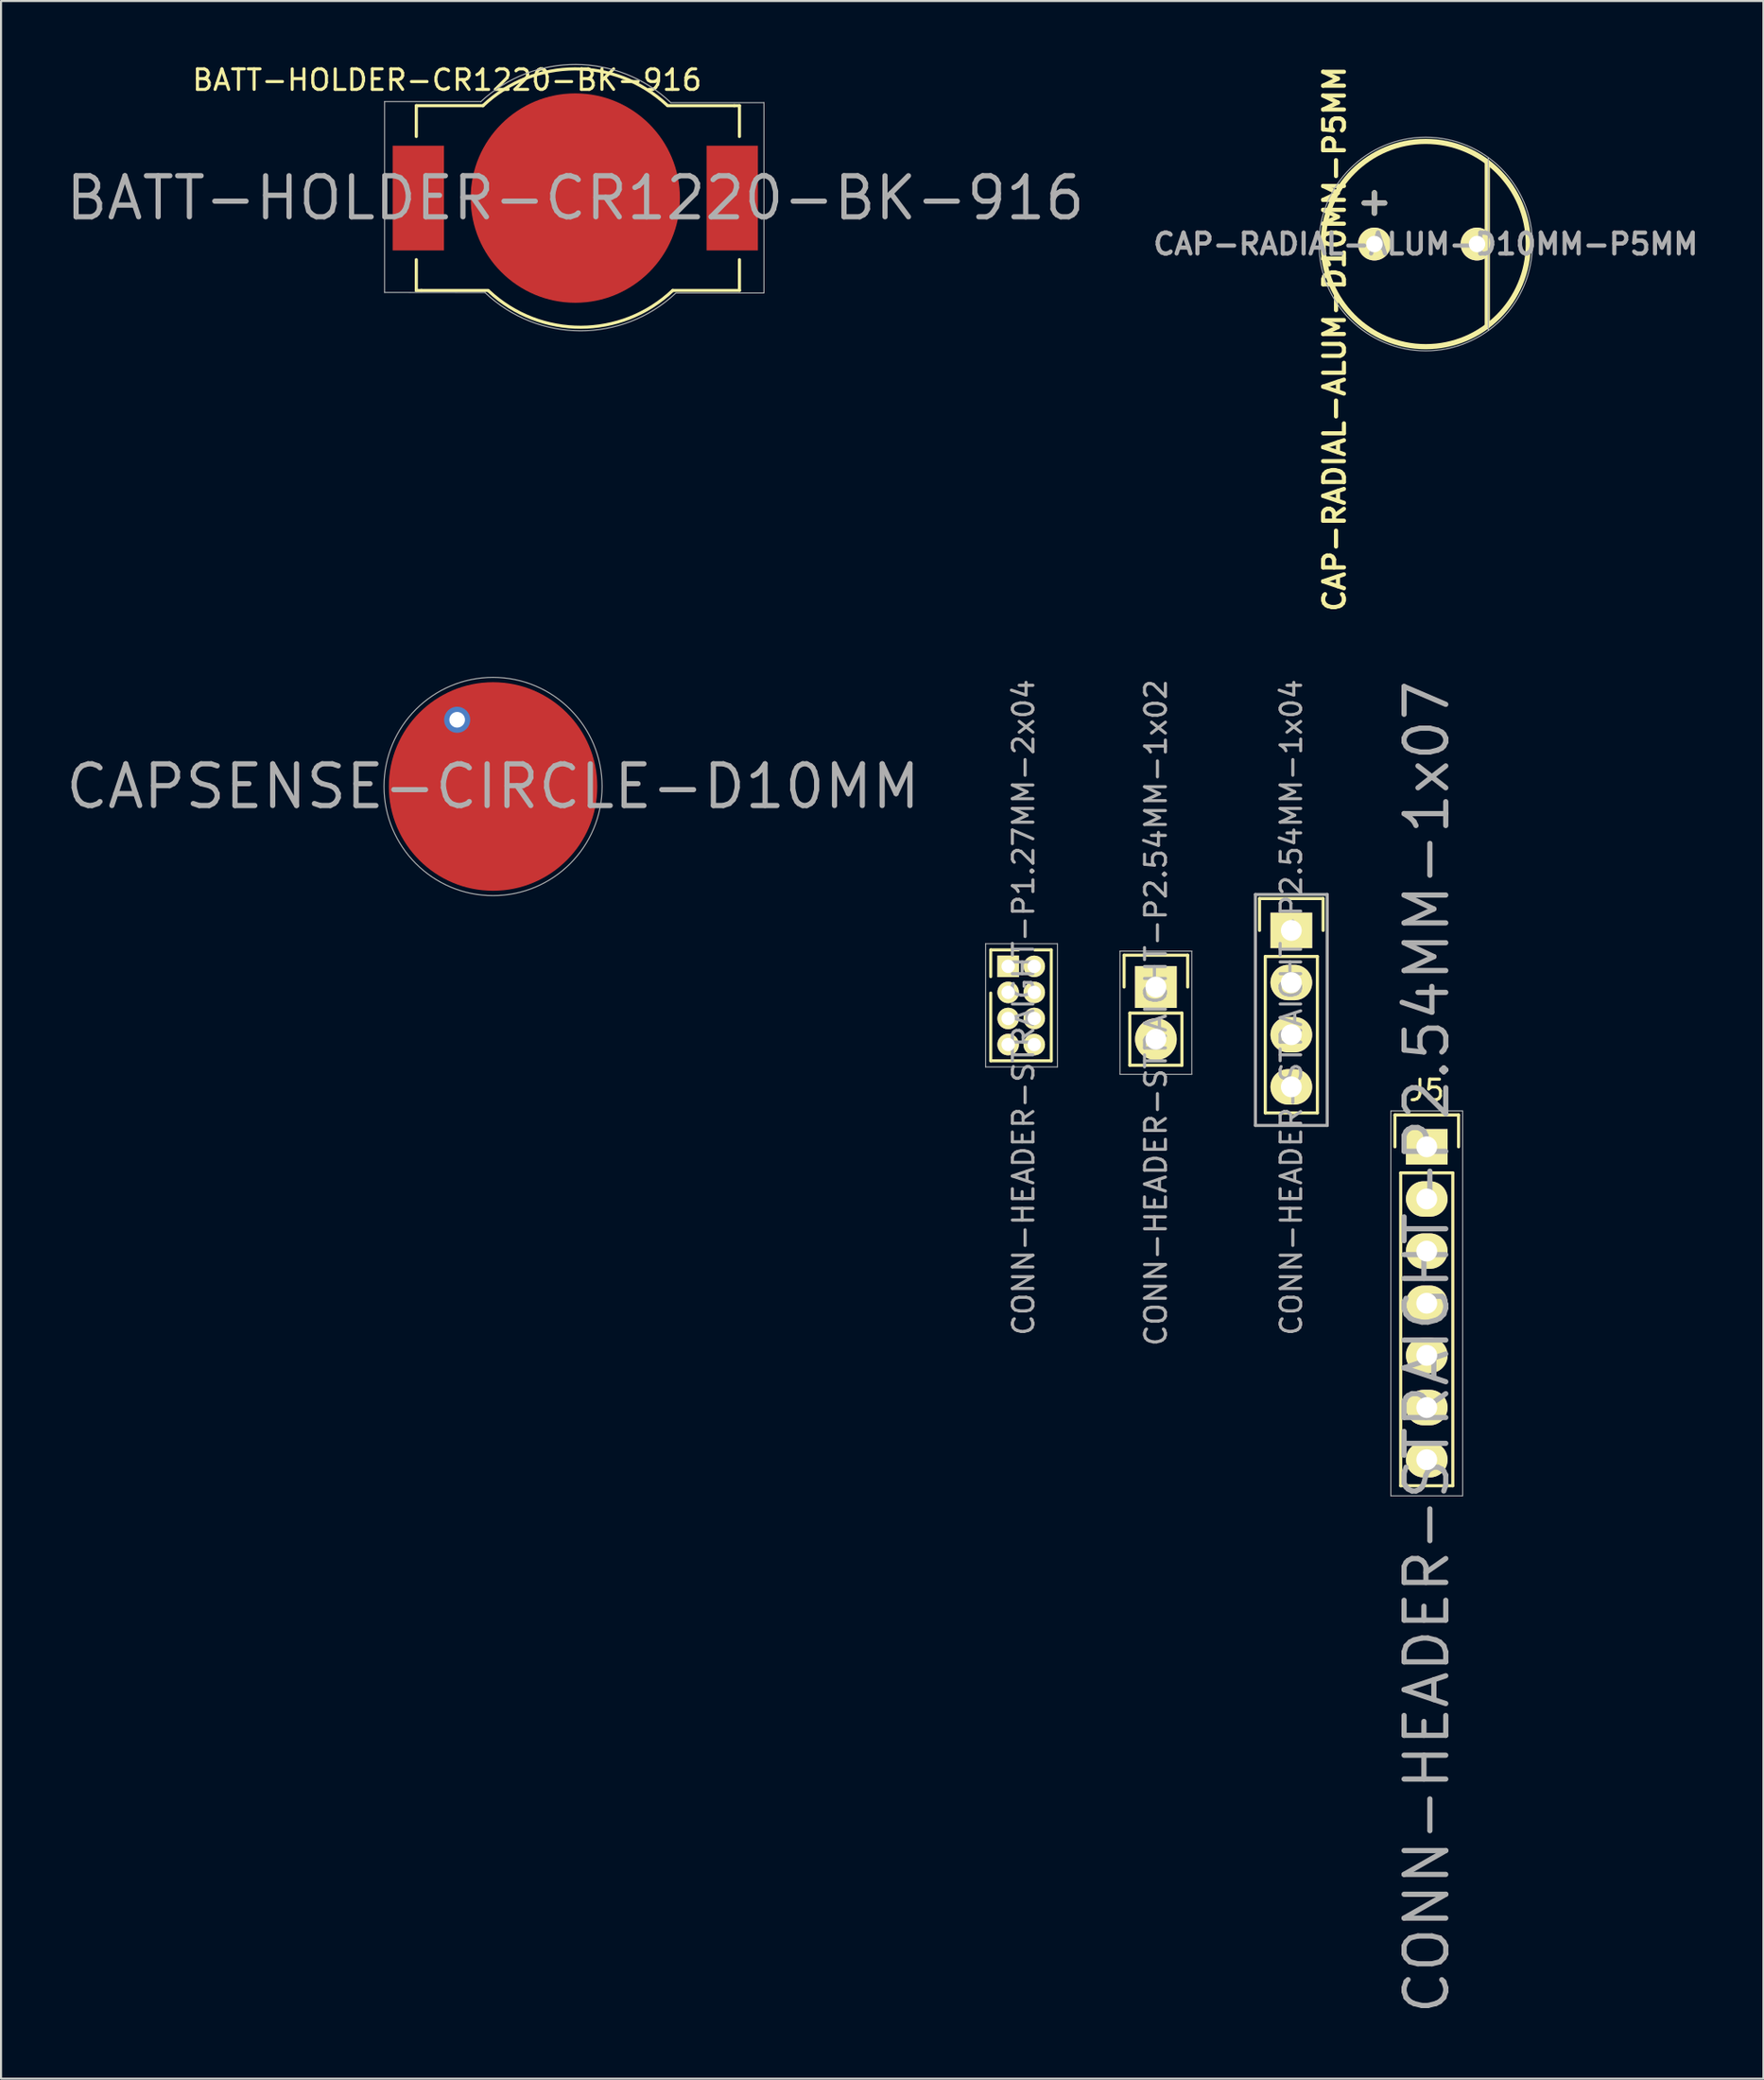
<source format=kicad_pcb>
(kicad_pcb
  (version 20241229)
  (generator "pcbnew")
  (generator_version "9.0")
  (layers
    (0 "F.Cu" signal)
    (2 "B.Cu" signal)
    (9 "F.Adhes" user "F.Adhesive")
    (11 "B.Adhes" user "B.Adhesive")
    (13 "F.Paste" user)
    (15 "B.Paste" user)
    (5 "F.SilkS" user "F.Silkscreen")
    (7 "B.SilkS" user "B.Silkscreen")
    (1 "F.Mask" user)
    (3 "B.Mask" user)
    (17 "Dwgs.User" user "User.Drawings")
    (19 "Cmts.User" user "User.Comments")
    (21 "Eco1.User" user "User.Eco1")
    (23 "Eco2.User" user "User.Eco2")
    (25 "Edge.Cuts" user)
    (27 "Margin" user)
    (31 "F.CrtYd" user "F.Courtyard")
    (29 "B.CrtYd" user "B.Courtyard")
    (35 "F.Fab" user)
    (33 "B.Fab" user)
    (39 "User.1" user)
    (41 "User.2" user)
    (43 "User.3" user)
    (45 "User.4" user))
  (footprint "CAPSENSE-CIRCLE-D10MM"
    (layer "F.Cu")
    (at 20.982 35.26)
    (property "Reference" "CAPSENSE-CIRCLE-D10MM" (at 0 0 0) (layer "F.Fab") (effects (font (size 2.032 2.032) (thickness 0.254))))
    (attr through_hole)
    (fp_circle (center 0 0) (end 4 3.5) (stroke (width 0.051) (type solid)) (fill no) (layer "F.Fab"))
    (pad "1" smd circle (at 0 0) (size 10.16 10.16) (layers "F.Cu"))
    (pad "2" thru_hole circle (at -1.75 -3.25) (size 1.27 1.27) (drill 0.762) (layers "*.Cu")))
  (footprint "CONN-HEADER-STRAIGHT-P1.27MM-2x04"
    (layer "F.Cu")
    (at 46.089 44.02)
    (property "Reference" "CONN-HEADER-STRAIGHT-P1.27MM-2x04" (at 0.75 2 90) (layer "F.Fab") (effects (font (size 1 1) (thickness 0.15))))
    (attr through_hole)
    (fp_line (start -0.85 -0.8) (end -0.85 0.5) (stroke (width 0.15) (type solid)) (layer "F.SilkS"))
    (fp_line (start -0.85 4.6) (end -0.85 1.3) (stroke (width 0.15) (type solid)) (layer "F.SilkS"))
    (fp_line (start 0.5 -0.8) (end -0.85 -0.8) (stroke (width 0.15) (type solid)) (layer "F.SilkS"))
    (fp_line (start 2.1 -0.8) (end 1.3 -0.8) (stroke (width 0.15) (type solid)) (layer "F.SilkS"))
    (fp_line (start 2.1 4.6) (end -0.85 4.6) (stroke (width 0.15) (type solid)) (layer "F.SilkS"))
    (fp_line (start 2.1 4.6) (end 2.1 -0.8) (stroke (width 0.15) (type solid)) (layer "F.SilkS"))
    (fp_line (start -1.1 -1.1) (end -1.1 4.9) (stroke (width 0.051) (type solid)) (layer "F.Fab"))
    (fp_line (start -1.1 4.9) (end 2.4 4.9) (stroke (width 0.051) (type solid)) (layer "F.Fab"))
    (fp_line (start 2.4 -1.1) (end -1.1 -1.1) (stroke (width 0.051) (type solid)) (layer "F.Fab"))
    (fp_line (start 2.4 4.9) (end 2.4 -1.1) (stroke (width 0.051) (type solid)) (layer "F.Fab"))
    (pad "1" thru_hole rect (at 0 0) (size 1.05 1.05) (drill 0.65) (layers "*.Cu" "*.Mask" "F.SilkS"))
    (pad "2" thru_hole circle (at 1.27 0) (size 1.05 1.05) (drill 0.65) (layers "*.Cu" "*.Mask" "F.SilkS"))
    (pad "3" thru_hole circle (at 0 1.27) (size 1.05 1.05) (drill 0.65) (layers "*.Cu" "*.Mask" "F.SilkS"))
    (pad "4" thru_hole circle (at 1.27 1.27) (size 1.05 1.05) (drill 0.65) (layers "*.Cu" "*.Mask" "F.SilkS"))
    (pad "5" thru_hole circle (at 0 2.54) (size 1.05 1.05) (drill 0.65) (layers "*.Cu" "*.Mask" "F.SilkS"))
    (pad "6" thru_hole circle (at 1.27 2.54) (size 1.05 1.05) (drill 0.65) (layers "*.Cu" "*.Mask" "F.SilkS"))
    (pad "7" thru_hole circle (at 0 3.81) (size 1.05 1.05) (drill 0.65) (layers "*.Cu" "*.Mask" "F.SilkS"))
    (pad "8" thru_hole circle (at 1.27 3.81) (size 1.05 1.05) (drill 0.65) (layers "*.Cu" "*.Mask" "F.SilkS")))
  (footprint "CONN-HEADER-STRAIGHT-P2.54MM-1x04"
    (layer "F.Cu")
    (at 59.89 42.27)
    (property "Reference" "CONN-HEADER-STRAIGHT-P2.54MM-1x04" (at 0 3.75 90) (layer "F.Fab") (effects (font (size 1 1) (thickness 0.15))))
    (attr through_hole)
    (fp_line (start -1.55 -1.55) (end 1.55 -1.55) (stroke (width 0.15) (type solid)) (layer "F.SilkS"))
    (fp_line (start -1.55 0) (end -1.55 -1.55) (stroke (width 0.15) (type solid)) (layer "F.SilkS"))
    (fp_line (start -1.27 1.27) (end -1.27 8.89) (stroke (width 0.15) (type solid)) (layer "F.SilkS"))
    (fp_line (start -1.27 8.89) (end 1.27 8.89) (stroke (width 0.15) (type solid)) (layer "F.SilkS"))
    (fp_line (start 1.27 1.27) (end -1.27 1.27) (stroke (width 0.15) (type solid)) (layer "F.SilkS"))
    (fp_line (start 1.27 1.27) (end 1.27 8.89) (stroke (width 0.15) (type solid)) (layer "F.SilkS"))
    (fp_line (start 1.55 -1.55) (end 1.55 0) (stroke (width 0.15) (type solid)) (layer "F.SilkS"))
    (fp_line (start -1.75 -1.75) (end 1.75 -1.75) (stroke (width 0.152) (type solid)) (layer "F.Fab"))
    (fp_line (start -1.75 9.5) (end -1.75 -1.75) (stroke (width 0.152) (type solid)) (layer "F.Fab"))
    (fp_line (start 1.75 -1.75) (end 1.75 9.5) (stroke (width 0.152) (type solid)) (layer "F.Fab"))
    (fp_line (start 1.75 9.5) (end -1.75 9.5) (stroke (width 0.152) (type solid)) (layer "F.Fab"))
    (pad "1" thru_hole rect (at 0 0) (size 2.032 1.727) (drill 1.016) (layers "*.Cu" "*.Mask" "F.SilkS"))
    (pad "2" thru_hole oval (at 0 2.54) (size 2.032 1.727) (drill 1.016) (layers "*.Cu" "*.Mask" "F.SilkS"))
    (pad "3" thru_hole oval (at 0 5.08) (size 2.032 1.727) (drill 1.016) (layers "*.Cu" "*.Mask" "F.SilkS"))
    (pad "4" thru_hole oval (at 0 7.62) (size 2.032 1.727) (drill 1.016) (layers "*.Cu" "*.Mask" "F.SilkS")))
  (footprint "CONN-HEADER-STRAIGHT-P2.54MM-1x02"
    (layer "F.Cu")
    (at 53.289 45.028)
    (property "Reference" "CONN-HEADER-STRAIGHT-P2.54MM-1x02" (at 0 1.25 90) (layer "F.Fab") (effects (font (size 1.016 1.016) (thickness 0.152))))
    (attr through_hole)
    (fp_line (start -1.55 -1.55) (end 1.55 -1.55) (stroke (width 0.15) (type solid)) (layer "F.SilkS"))
    (fp_line (start -1.55 0) (end -1.55 -1.55) (stroke (width 0.15) (type solid)) (layer "F.SilkS"))
    (fp_line (start -1.27 1.27) (end -1.27 3.81) (stroke (width 0.15) (type solid)) (layer "F.SilkS"))
    (fp_line (start -1.27 3.81) (end 1.27 3.81) (stroke (width 0.15) (type solid)) (layer "F.SilkS"))
    (fp_line (start 1.27 1.27) (end -1.27 1.27) (stroke (width 0.15) (type solid)) (layer "F.SilkS"))
    (fp_line (start 1.27 1.27) (end 1.27 3.81) (stroke (width 0.15) (type solid)) (layer "F.SilkS"))
    (fp_line (start 1.55 -1.55) (end 1.55 0) (stroke (width 0.15) (type solid)) (layer "F.SilkS"))
    (fp_line (start -1.75 -1.75) (end -1.75 4.25) (stroke (width 0.05) (type solid)) (layer "F.Fab"))
    (fp_line (start 1.75 -1.75) (end -1.75 -1.75) (stroke (width 0.05) (type solid)) (layer "F.Fab"))
    (fp_line (start 1.75 4.25) (end -1.75 4.25) (stroke (width 0.05) (type solid)) (layer "F.Fab"))
    (fp_line (start 1.75 4.25) (end 1.75 -1.75) (stroke (width 0.05) (type solid)) (layer "F.Fab"))
    (pad "1" thru_hole rect (at 0 0) (size 2.032 2.032) (drill 1.016) (layers "*.Cu" "*.Mask" "F.SilkS"))
    (pad "2" thru_hole oval (at 0 2.54) (size 2.032 2.032) (drill 1.016) (layers "*.Cu" "*.Mask" "F.SilkS")))
  (footprint "BATT-HOLDER-CR1220-BK-916"
    (layer "F.Cu")
    (at 24.991 6.598)
    (property "Reference" "BATT-HOLDER-CR1220-BK-916" (at 0 0 0) (layer "F.Fab") (effects (font (size 2 2) (thickness 0.254))))
    (attr through_hole)
    (fp_line (start -7.75 -4.5) (end -7.75 -3) (stroke (width 0.152) (type solid)) (layer "F.SilkS"))
    (fp_line (start -7.75 4.5) (end -7.75 3) (stroke (width 0.152) (type solid)) (layer "F.SilkS"))
    (fp_line (start -7.5 4.5) (end -7.75 4.5) (stroke (width 0.152) (type solid)) (layer "F.SilkS"))
    (fp_line (start -4.5 -4.5) (end -7.75 -4.5) (stroke (width 0.152) (type solid)) (layer "F.SilkS"))
    (fp_line (start -4.25 4.5) (end -7.5 4.5) (stroke (width 0.152) (type solid)) (layer "F.SilkS"))
    (fp_line (start 4.5 -4.5) (end 7.75 -4.5) (stroke (width 0.152) (type solid)) (layer "F.SilkS"))
    (fp_line (start 4.75 4.5) (end 8 4.5) (stroke (width 0.152) (type solid)) (layer "F.SilkS"))
    (fp_line (start 7.75 -4.5) (end 8 -4.5) (stroke (width 0.152) (type solid)) (layer "F.SilkS"))
    (fp_line (start 8 -4.5) (end 8 -3) (stroke (width 0.152) (type solid)) (layer "F.SilkS"))
    (fp_line (start 8 4.5) (end 8 3) (stroke (width 0.152) (type solid)) (layer "F.SilkS"))
    (fp_arc (start -4.5 -4.5) (mid -0.024369 -6.293081) (end 4.464494 -4.533387) (stroke (width 0.1524) (type solid)) (layer "F.SilkS"))
    (fp_arc (start 4.75 4.5) (mid 0.274369 6.293081) (end -4.214494 4.533387) (stroke (width 0.1524) (type solid)) (layer "F.SilkS"))
    (fp_line (start -9.296 -4.699) (end -4.597 -4.699) (stroke (width 0.05) (type solid)) (layer "F.Fab"))
    (fp_line (start -9.296 4.597) (end -9.296 -4.699) (stroke (width 0.05) (type solid)) (layer "F.Fab"))
    (fp_line (start -4.4 4.603) (end -9.296 4.597) (stroke (width 0.05) (type solid)) (layer "F.Fab"))
    (fp_line (start 4.674 -4.648) (end 9.195 -4.648) (stroke (width 0.05) (type solid)) (layer "F.Fab"))
    (fp_line (start 9.195 -4.648) (end 9.195 4.623) (stroke (width 0.05) (type solid)) (layer "F.Fab"))
    (fp_line (start 9.195 4.623) (end 4.902 4.623) (stroke (width 0.05) (type solid)) (layer "F.Fab"))
    (fp_arc (start -4.6 -4.7) (mid 0.038156 -6.507296) (end 4.655607 -4.647736) (stroke (width 0.0508) (type solid)) (layer "F.Fab"))
    (fp_arc (start 4.9022 4.6228) (mid 0.247289 6.465315) (end -4.399893 4.603389) (stroke (width 0.0508) (type solid)) (layer "F.Fab"))
    (fp_text user "${REFERENCE}" (at -6.25 -5.75 0) (layer "F.SilkS") (effects (font (size 1 1) (thickness 0.15))))
    (pad "1" smd rect (at -7.65 0) (size 2.5 5.1) (layers "F.Cu" "F.Mask" "F.Paste"))
    (pad "1" smd rect (at 7.65 0) (size 2.5 5.1) (layers "F.Cu" "F.Mask" "F.Paste"))
    (pad "GND" smd circle (at 0 0) (size 10.2 10.2) (layers "F.Cu" "F.Mask")))
  (footprint "CONN-HEADER-STRAIGHT-P2.54MM-1x07"
    (layer "F.Cu")
    (at 66.491 52.811)
    (property "Reference" "CONN-HEADER-STRAIGHT-P2.54MM-1x07" (at 0 9.75 90) (layer "F.Fab") (effects (font (size 2.032 2.032) (thickness 0.254))))
    (attr through_hole)
    (fp_line (start -1.55 -1.55) (end 1.55 -1.55) (stroke (width 0.15) (type solid)) (layer "F.SilkS"))
    (fp_line (start -1.55 0) (end -1.55 -1.55) (stroke (width 0.15) (type solid)) (layer "F.SilkS"))
    (fp_line (start -1.27 16.51) (end -1.27 1.27) (stroke (width 0.15) (type solid)) (layer "F.SilkS"))
    (fp_line (start 1.27 1.27) (end -1.27 1.27) (stroke (width 0.15) (type solid)) (layer "F.SilkS"))
    (fp_line (start 1.27 1.27) (end 1.27 16.51) (stroke (width 0.15) (type solid)) (layer "F.SilkS"))
    (fp_line (start 1.27 16.51) (end -1.27 16.51) (stroke (width 0.15) (type solid)) (layer "F.SilkS"))
    (fp_line (start 1.55 -1.55) (end 1.55 0) (stroke (width 0.15) (type solid)) (layer "F.SilkS"))
    (fp_line (start -1.75 -1.75) (end 1.75 -1.75) (stroke (width 0.05) (type solid)) (layer "F.Fab"))
    (fp_line (start -1.75 17) (end -1.75 -1.75) (stroke (width 0.05) (type solid)) (layer "F.Fab"))
    (fp_line (start 1.75 -1.75) (end 1.75 17) (stroke (width 0.05) (type solid)) (layer "F.Fab"))
    (fp_line (start 1.75 17) (end -1.75 17) (stroke (width 0.05) (type solid)) (layer "F.Fab"))
    (fp_text user "J5" (at 0 -2.75 0) (layer "F.SilkS") (effects (font (size 1 1) (thickness 0.15))))
    (pad "1" thru_hole rect (at 0 0) (size 2.032 1.727) (drill 1.016) (layers "*.Cu" "*.Mask" "F.SilkS"))
    (pad "2" thru_hole oval (at 0 2.54) (size 2.032 1.727) (drill 1.016) (layers "*.Cu" "*.Mask" "F.SilkS"))
    (pad "3" thru_hole oval (at 0 5.08) (size 2.032 1.727) (drill 1.016) (layers "*.Cu" "*.Mask" "F.SilkS"))
    (pad "4" thru_hole oval (at 0 7.62) (size 2.032 1.727) (drill 1.016) (layers "*.Cu" "*.Mask" "F.SilkS"))
    (pad "5" thru_hole oval (at 0 10.16) (size 2.032 1.727) (drill 1.016) (layers "*.Cu" "*.Mask" "F.SilkS"))
    (pad "6" thru_hole oval (at 0 12.7) (size 2.032 1.727) (drill 1.016) (layers "*.Cu" "*.Mask" "F.SilkS"))
    (pad "7" thru_hole oval (at 0 15.24) (size 2.032 1.727) (drill 1.016) (layers "*.Cu" "*.Mask" "F.SilkS")))
  (footprint "CAP-RADIAL-ALUM-D10MM-P5MM"
    (layer "F.Cu")
    (at 66.441 8.837)
    (property "Reference" "CAP-RADIAL-ALUM-D10MM-P5MM" (at 0 0 0) (layer "F.Fab") (effects (font (size 1.016 1.016) (thickness 0.203))))
    (attr through_hole)
    (fp_line (start -3 -2) (end -2 -2) (stroke (width 0.254) (type solid)) (layer "F.SilkS"))
    (fp_line (start -2.5 -1.5) (end -2.5 -2.5) (stroke (width 0.254) (type solid)) (layer "F.SilkS"))
    (fp_line (start 3 -4) (end 3 4) (stroke (width 0.254) (type solid)) (layer "F.SilkS"))
    (fp_circle (center 0 0) (end 5 0) (stroke (width 0.254) (type solid)) (fill no) (layer "F.SilkS"))
    (fp_line (start -3 -2) (end -2 -2) (stroke (width 0.254) (type solid)) (layer "F.Fab"))
    (fp_line (start -2.5 -1.5) (end -2.5 -2.5) (stroke (width 0.254) (type solid)) (layer "F.Fab"))
    (fp_line (start 3.048 -4.191) (end 3.048 4.191) (stroke (width 0.05) (type solid)) (layer "F.Fab"))
    (fp_circle (center 0 0) (end 4.25 3) (stroke (width 0.05) (type solid)) (fill no) (layer "F.Fab"))
    (fp_text user "${REFERENCE}" (at -4.445 4.623 270) (layer "F.SilkS") (effects (font (size 1.016 1.016) (thickness 0.203))))
    (pad "1" thru_hole circle (at -2.5 0) (size 1.6 1.6) (drill 0.8) (layers "*.Cu" "*.Mask" "F.SilkS"))
    (pad "2" thru_hole circle (at 2.5 0) (size 1.6 1.6) (drill 0.8) (layers "*.Cu" "*.Mask" "F.SilkS")))
  (gr_rect
    (start -3 -3)
    (end 82.9 98.202)
    (stroke (width 0.1) (type default))
    (fill no)
    (layer "Edge.Cuts")))
</source>
